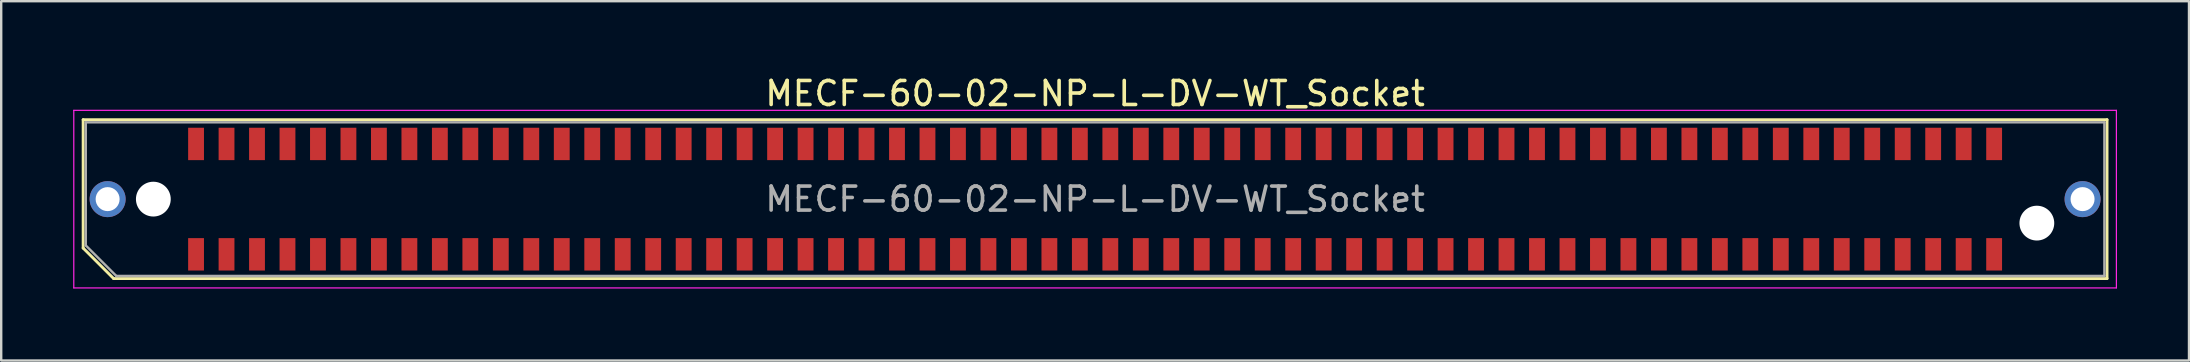
<source format=kicad_pcb>
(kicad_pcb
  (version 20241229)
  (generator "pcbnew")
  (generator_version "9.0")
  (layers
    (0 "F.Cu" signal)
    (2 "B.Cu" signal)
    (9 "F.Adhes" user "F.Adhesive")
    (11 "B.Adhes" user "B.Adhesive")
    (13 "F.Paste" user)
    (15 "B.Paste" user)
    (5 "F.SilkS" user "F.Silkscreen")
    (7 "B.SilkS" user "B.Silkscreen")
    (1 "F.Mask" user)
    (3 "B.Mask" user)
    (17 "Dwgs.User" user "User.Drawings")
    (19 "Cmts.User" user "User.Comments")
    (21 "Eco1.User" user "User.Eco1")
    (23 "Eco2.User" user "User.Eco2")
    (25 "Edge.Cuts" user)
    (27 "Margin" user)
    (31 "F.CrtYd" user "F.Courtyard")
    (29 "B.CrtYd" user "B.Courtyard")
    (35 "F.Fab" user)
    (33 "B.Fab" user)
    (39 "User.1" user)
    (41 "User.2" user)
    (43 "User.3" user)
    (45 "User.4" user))
  (footprint "MECF-60-02-NP-L-DV-WT_Socket"
    (layer "F.Cu")
    (at 42.585 5.248)
    (property "Reference" "MECF-60-02-NP-L-DV-WT_Socket" (at 0 -4.4 0) (layer "F.SilkS") (effects (font (size 1 1) (thickness 0.15))))
    (attr smd)
    (fp_line (start -42.17 -3.31) (end 42.17 -3.31) (stroke (width 0.12) (type solid)) (layer "F.SilkS"))
    (fp_line (start -42.17 2.04) (end -42.17 -3.31) (stroke (width 0.12) (type solid)) (layer "F.SilkS"))
    (fp_line (start -40.9 3.31) (end -42.17 2.04) (stroke (width 0.12) (type solid)) (layer "F.SilkS"))
    (fp_line (start -40.9 3.31) (end 42.17 3.31) (stroke (width 0.12) (type solid)) (layer "F.SilkS"))
    (fp_line (start 42.17 3.31) (end 42.17 -3.31) (stroke (width 0.12) (type solid)) (layer "F.SilkS"))
    (fp_line (start -42.56 -3.7) (end -42.56 3.7) (stroke (width 0.05) (type solid)) (layer "F.CrtYd"))
    (fp_line (start -42.56 3.7) (end 42.56 3.7) (stroke (width 0.05) (type solid)) (layer "F.CrtYd"))
    (fp_line (start 42.56 -3.7) (end -42.56 -3.7) (stroke (width 0.05) (type solid)) (layer "F.CrtYd"))
    (fp_line (start 42.56 3.7) (end 42.56 -3.7) (stroke (width 0.05) (type solid)) (layer "F.CrtYd"))
    (fp_line (start -42.06 -3.2) (end 42.06 -3.2) (stroke (width 0.1) (type solid)) (layer "F.Fab"))
    (fp_line (start -42.06 1.93) (end -42.06 -3.2) (stroke (width 0.1) (type solid)) (layer "F.Fab"))
    (fp_line (start -42.06 1.93) (end -40.79 3.2) (stroke (width 0.1) (type solid)) (layer "F.Fab"))
    (fp_line (start -40.79 3.2) (end 42.06 3.2) (stroke (width 0.1) (type solid)) (layer "F.Fab"))
    (fp_line (start 42.06 3.2) (end 42.06 -3.2) (stroke (width 0.1) (type solid)) (layer "F.Fab"))
    (fp_text user "${REFERENCE}" (at 0 0 0) (layer "F.Fab") (effects (font (size 1 1) (thickness 0.15))))
    (pad "" thru_hole circle (at -41.15 0) (size 1.5 1.5) (drill 1) (layers "*.Cu" "*.Mask"))
    (pad "" np_thru_hole circle (at -39.245 0) (size 1.45 1.45) (drill 1.45) (layers "*.Cu" "*.Mask"))
    (pad "" np_thru_hole circle (at 39.245 1) (size 1.45 1.45) (drill 1.45) (layers "*.Cu" "*.Mask"))
    (pad "" thru_hole circle (at 41.15 0) (size 1.5 1.5) (drill 1) (layers "*.Cu" "*.Mask"))
    (pad "1" smd rect (at -37.465 2.3) (size 0.66 1.35) (layers "F.Cu" "F.Mask" "F.Paste"))
    (pad "2" smd rect (at -37.465 -2.3) (size 0.66 1.35) (layers "F.Cu" "F.Mask" "F.Paste"))
    (pad "3" smd rect (at -36.195 2.3) (size 0.66 1.35) (layers "F.Cu" "F.Mask" "F.Paste"))
    (pad "4" smd rect (at -36.195 -2.3) (size 0.66 1.35) (layers "F.Cu" "F.Mask" "F.Paste"))
    (pad "5" smd rect (at -34.925 2.3) (size 0.66 1.35) (layers "F.Cu" "F.Mask" "F.Paste"))
    (pad "6" smd rect (at -34.925 -2.3) (size 0.66 1.35) (layers "F.Cu" "F.Mask" "F.Paste"))
    (pad "7" smd rect (at -33.655 2.3) (size 0.66 1.35) (layers "F.Cu" "F.Mask" "F.Paste"))
    (pad "8" smd rect (at -33.655 -2.3) (size 0.66 1.35) (layers "F.Cu" "F.Mask" "F.Paste"))
    (pad "9" smd rect (at -32.385 2.3) (size 0.66 1.35) (layers "F.Cu" "F.Mask" "F.Paste"))
    (pad "10" smd rect (at -32.385 -2.3) (size 0.66 1.35) (layers "F.Cu" "F.Mask" "F.Paste"))
    (pad "11" smd rect (at -31.115 2.3) (size 0.66 1.35) (layers "F.Cu" "F.Mask" "F.Paste"))
    (pad "12" smd rect (at -31.115 -2.3) (size 0.66 1.35) (layers "F.Cu" "F.Mask" "F.Paste"))
    (pad "13" smd rect (at -29.845 2.3) (size 0.66 1.35) (layers "F.Cu" "F.Mask" "F.Paste"))
    (pad "14" smd rect (at -29.845 -2.3) (size 0.66 1.35) (layers "F.Cu" "F.Mask" "F.Paste"))
    (pad "15" smd rect (at -28.575 2.3) (size 0.66 1.35) (layers "F.Cu" "F.Mask" "F.Paste"))
    (pad "16" smd rect (at -28.575 -2.3) (size 0.66 1.35) (layers "F.Cu" "F.Mask" "F.Paste"))
    (pad "17" smd rect (at -27.305 2.3) (size 0.66 1.35) (layers "F.Cu" "F.Mask" "F.Paste"))
    (pad "18" smd rect (at -27.305 -2.3) (size 0.66 1.35) (layers "F.Cu" "F.Mask" "F.Paste"))
    (pad "19" smd rect (at -26.035 2.3) (size 0.66 1.35) (layers "F.Cu" "F.Mask" "F.Paste"))
    (pad "20" smd rect (at -26.035 -2.3) (size 0.66 1.35) (layers "F.Cu" "F.Mask" "F.Paste"))
    (pad "21" smd rect (at -24.765 2.3) (size 0.66 1.35) (layers "F.Cu" "F.Mask" "F.Paste"))
    (pad "22" smd rect (at -24.765 -2.3) (size 0.66 1.35) (layers "F.Cu" "F.Mask" "F.Paste"))
    (pad "23" smd rect (at -23.495 2.3) (size 0.66 1.35) (layers "F.Cu" "F.Mask" "F.Paste"))
    (pad "24" smd rect (at -23.495 -2.3) (size 0.66 1.35) (layers "F.Cu" "F.Mask" "F.Paste"))
    (pad "25" smd rect (at -22.225 2.3) (size 0.66 1.35) (layers "F.Cu" "F.Mask" "F.Paste"))
    (pad "26" smd rect (at -22.225 -2.3) (size 0.66 1.35) (layers "F.Cu" "F.Mask" "F.Paste"))
    (pad "27" smd rect (at -20.955 2.3) (size 0.66 1.35) (layers "F.Cu" "F.Mask" "F.Paste"))
    (pad "28" smd rect (at -20.955 -2.3) (size 0.66 1.35) (layers "F.Cu" "F.Mask" "F.Paste"))
    (pad "29" smd rect (at -19.685 2.3) (size 0.66 1.35) (layers "F.Cu" "F.Mask" "F.Paste"))
    (pad "30" smd rect (at -19.685 -2.3) (size 0.66 1.35) (layers "F.Cu" "F.Mask" "F.Paste"))
    (pad "31" smd rect (at -18.415 2.3) (size 0.66 1.35) (layers "F.Cu" "F.Mask" "F.Paste"))
    (pad "32" smd rect (at -18.415 -2.3) (size 0.66 1.35) (layers "F.Cu" "F.Mask" "F.Paste"))
    (pad "33" smd rect (at -17.145 2.3) (size 0.66 1.35) (layers "F.Cu" "F.Mask" "F.Paste"))
    (pad "34" smd rect (at -17.145 -2.3) (size 0.66 1.35) (layers "F.Cu" "F.Mask" "F.Paste"))
    (pad "35" smd rect (at -15.875 2.3) (size 0.66 1.35) (layers "F.Cu" "F.Mask" "F.Paste"))
    (pad "36" smd rect (at -15.875 -2.3) (size 0.66 1.35) (layers "F.Cu" "F.Mask" "F.Paste"))
    (pad "37" smd rect (at -14.605 2.3) (size 0.66 1.35) (layers "F.Cu" "F.Mask" "F.Paste"))
    (pad "38" smd rect (at -14.605 -2.3) (size 0.66 1.35) (layers "F.Cu" "F.Mask" "F.Paste"))
    (pad "39" smd rect (at -13.335 2.3) (size 0.66 1.35) (layers "F.Cu" "F.Mask" "F.Paste"))
    (pad "40" smd rect (at -13.335 -2.3) (size 0.66 1.35) (layers "F.Cu" "F.Mask" "F.Paste"))
    (pad "41" smd rect (at -12.065 2.3) (size 0.66 1.35) (layers "F.Cu" "F.Mask" "F.Paste"))
    (pad "42" smd rect (at -12.065 -2.3) (size 0.66 1.35) (layers "F.Cu" "F.Mask" "F.Paste"))
    (pad "43" smd rect (at -10.795 2.3) (size 0.66 1.35) (layers "F.Cu" "F.Mask" "F.Paste"))
    (pad "44" smd rect (at -10.795 -2.3) (size 0.66 1.35) (layers "F.Cu" "F.Mask" "F.Paste"))
    (pad "45" smd rect (at -9.525 2.3) (size 0.66 1.35) (layers "F.Cu" "F.Mask" "F.Paste"))
    (pad "46" smd rect (at -9.525 -2.3) (size 0.66 1.35) (layers "F.Cu" "F.Mask" "F.Paste"))
    (pad "47" smd rect (at -8.255 2.3) (size 0.66 1.35) (layers "F.Cu" "F.Mask" "F.Paste"))
    (pad "48" smd rect (at -8.255 -2.3) (size 0.66 1.35) (layers "F.Cu" "F.Mask" "F.Paste"))
    (pad "49" smd rect (at -6.985 2.3) (size 0.66 1.35) (layers "F.Cu" "F.Mask" "F.Paste"))
    (pad "50" smd rect (at -6.985 -2.3) (size 0.66 1.35) (layers "F.Cu" "F.Mask" "F.Paste"))
    (pad "51" smd rect (at -5.715 2.3) (size 0.66 1.35) (layers "F.Cu" "F.Mask" "F.Paste"))
    (pad "52" smd rect (at -5.715 -2.3) (size 0.66 1.35) (layers "F.Cu" "F.Mask" "F.Paste"))
    (pad "53" smd rect (at -4.445 2.3) (size 0.66 1.35) (layers "F.Cu" "F.Mask" "F.Paste"))
    (pad "54" smd rect (at -4.445 -2.3) (size 0.66 1.35) (layers "F.Cu" "F.Mask" "F.Paste"))
    (pad "55" smd rect (at -3.175 2.3) (size 0.66 1.35) (layers "F.Cu" "F.Mask" "F.Paste"))
    (pad "56" smd rect (at -3.175 -2.3) (size 0.66 1.35) (layers "F.Cu" "F.Mask" "F.Paste"))
    (pad "57" smd rect (at -1.905 2.3) (size 0.66 1.35) (layers "F.Cu" "F.Mask" "F.Paste"))
    (pad "58" smd rect (at -1.905 -2.3) (size 0.66 1.35) (layers "F.Cu" "F.Mask" "F.Paste"))
    (pad "59" smd rect (at -0.635 2.3) (size 0.66 1.35) (layers "F.Cu" "F.Mask" "F.Paste"))
    (pad "60" smd rect (at -0.635 -2.3) (size 0.66 1.35) (layers "F.Cu" "F.Mask" "F.Paste"))
    (pad "61" smd rect (at 0.635 2.3) (size 0.66 1.35) (layers "F.Cu" "F.Mask" "F.Paste"))
    (pad "62" smd rect (at 0.635 -2.3) (size 0.66 1.35) (layers "F.Cu" "F.Mask" "F.Paste"))
    (pad "63" smd rect (at 1.905 2.3) (size 0.66 1.35) (layers "F.Cu" "F.Mask" "F.Paste"))
    (pad "64" smd rect (at 1.905 -2.3) (size 0.66 1.35) (layers "F.Cu" "F.Mask" "F.Paste"))
    (pad "65" smd rect (at 3.175 2.3) (size 0.66 1.35) (layers "F.Cu" "F.Mask" "F.Paste"))
    (pad "66" smd rect (at 3.175 -2.3) (size 0.66 1.35) (layers "F.Cu" "F.Mask" "F.Paste"))
    (pad "67" smd rect (at 4.445 2.3) (size 0.66 1.35) (layers "F.Cu" "F.Mask" "F.Paste"))
    (pad "68" smd rect (at 4.445 -2.3) (size 0.66 1.35) (layers "F.Cu" "F.Mask" "F.Paste"))
    (pad "69" smd rect (at 5.715 2.3) (size 0.66 1.35) (layers "F.Cu" "F.Mask" "F.Paste"))
    (pad "70" smd rect (at 5.715 -2.3) (size 0.66 1.35) (layers "F.Cu" "F.Mask" "F.Paste"))
    (pad "71" smd rect (at 6.985 2.3) (size 0.66 1.35) (layers "F.Cu" "F.Mask" "F.Paste"))
    (pad "72" smd rect (at 6.985 -2.3) (size 0.66 1.35) (layers "F.Cu" "F.Mask" "F.Paste"))
    (pad "73" smd rect (at 8.255 2.3) (size 0.66 1.35) (layers "F.Cu" "F.Mask" "F.Paste"))
    (pad "74" smd rect (at 8.255 -2.3) (size 0.66 1.35) (layers "F.Cu" "F.Mask" "F.Paste"))
    (pad "75" smd rect (at 9.525 2.3) (size 0.66 1.35) (layers "F.Cu" "F.Mask" "F.Paste"))
    (pad "76" smd rect (at 9.525 -2.3) (size 0.66 1.35) (layers "F.Cu" "F.Mask" "F.Paste"))
    (pad "77" smd rect (at 10.795 2.3) (size 0.66 1.35) (layers "F.Cu" "F.Mask" "F.Paste"))
    (pad "78" smd rect (at 10.795 -2.3) (size 0.66 1.35) (layers "F.Cu" "F.Mask" "F.Paste"))
    (pad "79" smd rect (at 12.065 2.3) (size 0.66 1.35) (layers "F.Cu" "F.Mask" "F.Paste"))
    (pad "80" smd rect (at 12.065 -2.3) (size 0.66 1.35) (layers "F.Cu" "F.Mask" "F.Paste"))
    (pad "81" smd rect (at 13.335 2.3) (size 0.66 1.35) (layers "F.Cu" "F.Mask" "F.Paste"))
    (pad "82" smd rect (at 13.335 -2.3) (size 0.66 1.35) (layers "F.Cu" "F.Mask" "F.Paste"))
    (pad "83" smd rect (at 14.605 2.3) (size 0.66 1.35) (layers "F.Cu" "F.Mask" "F.Paste"))
    (pad "84" smd rect (at 14.605 -2.3) (size 0.66 1.35) (layers "F.Cu" "F.Mask" "F.Paste"))
    (pad "85" smd rect (at 15.875 2.3) (size 0.66 1.35) (layers "F.Cu" "F.Mask" "F.Paste"))
    (pad "86" smd rect (at 15.875 -2.3) (size 0.66 1.35) (layers "F.Cu" "F.Mask" "F.Paste"))
    (pad "87" smd rect (at 17.145 2.3) (size 0.66 1.35) (layers "F.Cu" "F.Mask" "F.Paste"))
    (pad "88" smd rect (at 17.145 -2.3) (size 0.66 1.35) (layers "F.Cu" "F.Mask" "F.Paste"))
    (pad "89" smd rect (at 18.415 2.3) (size 0.66 1.35) (layers "F.Cu" "F.Mask" "F.Paste"))
    (pad "90" smd rect (at 18.415 -2.3) (size 0.66 1.35) (layers "F.Cu" "F.Mask" "F.Paste"))
    (pad "91" smd rect (at 19.685 2.3) (size 0.66 1.35) (layers "F.Cu" "F.Mask" "F.Paste"))
    (pad "92" smd rect (at 19.685 -2.3) (size 0.66 1.35) (layers "F.Cu" "F.Mask" "F.Paste"))
    (pad "93" smd rect (at 20.955 2.3) (size 0.66 1.35) (layers "F.Cu" "F.Mask" "F.Paste"))
    (pad "94" smd rect (at 20.955 -2.3) (size 0.66 1.35) (layers "F.Cu" "F.Mask" "F.Paste"))
    (pad "95" smd rect (at 22.225 2.3) (size 0.66 1.35) (layers "F.Cu" "F.Mask" "F.Paste"))
    (pad "96" smd rect (at 22.225 -2.3) (size 0.66 1.35) (layers "F.Cu" "F.Mask" "F.Paste"))
    (pad "97" smd rect (at 23.495 2.3) (size 0.66 1.35) (layers "F.Cu" "F.Mask" "F.Paste"))
    (pad "98" smd rect (at 23.495 -2.3) (size 0.66 1.35) (layers "F.Cu" "F.Mask" "F.Paste"))
    (pad "99" smd rect (at 24.765 2.3) (size 0.66 1.35) (layers "F.Cu" "F.Mask" "F.Paste"))
    (pad "100" smd rect (at 24.765 -2.3) (size 0.66 1.35) (layers "F.Cu" "F.Mask" "F.Paste"))
    (pad "101" smd rect (at 26.035 2.3) (size 0.66 1.35) (layers "F.Cu" "F.Mask" "F.Paste"))
    (pad "102" smd rect (at 26.035 -2.3) (size 0.66 1.35) (layers "F.Cu" "F.Mask" "F.Paste"))
    (pad "103" smd rect (at 27.305 2.3) (size 0.66 1.35) (layers "F.Cu" "F.Mask" "F.Paste"))
    (pad "104" smd rect (at 27.305 -2.3) (size 0.66 1.35) (layers "F.Cu" "F.Mask" "F.Paste"))
    (pad "105" smd rect (at 28.575 2.3) (size 0.66 1.35) (layers "F.Cu" "F.Mask" "F.Paste"))
    (pad "106" smd rect (at 28.575 -2.3) (size 0.66 1.35) (layers "F.Cu" "F.Mask" "F.Paste"))
    (pad "107" smd rect (at 29.845 2.3) (size 0.66 1.35) (layers "F.Cu" "F.Mask" "F.Paste"))
    (pad "108" smd rect (at 29.845 -2.3) (size 0.66 1.35) (layers "F.Cu" "F.Mask" "F.Paste"))
    (pad "109" smd rect (at 31.115 2.3) (size 0.66 1.35) (layers "F.Cu" "F.Mask" "F.Paste"))
    (pad "110" smd rect (at 31.115 -2.3) (size 0.66 1.35) (layers "F.Cu" "F.Mask" "F.Paste"))
    (pad "111" smd rect (at 32.385 2.3) (size 0.66 1.35) (layers "F.Cu" "F.Mask" "F.Paste"))
    (pad "112" smd rect (at 32.385 -2.3) (size 0.66 1.35) (layers "F.Cu" "F.Mask" "F.Paste"))
    (pad "113" smd rect (at 33.655 2.3) (size 0.66 1.35) (layers "F.Cu" "F.Mask" "F.Paste"))
    (pad "114" smd rect (at 33.655 -2.3) (size 0.66 1.35) (layers "F.Cu" "F.Mask" "F.Paste"))
    (pad "115" smd rect (at 34.925 2.3) (size 0.66 1.35) (layers "F.Cu" "F.Mask" "F.Paste"))
    (pad "116" smd rect (at 34.925 -2.3) (size 0.66 1.35) (layers "F.Cu" "F.Mask" "F.Paste"))
    (pad "117" smd rect (at 36.195 2.3) (size 0.66 1.35) (layers "F.Cu" "F.Mask" "F.Paste"))
    (pad "118" smd rect (at 36.195 -2.3) (size 0.66 1.35) (layers "F.Cu" "F.Mask" "F.Paste"))
    (pad "119" smd rect (at 37.465 2.3) (size 0.66 1.35) (layers "F.Cu" "F.Mask" "F.Paste"))
    (pad "120" smd rect (at 37.465 -2.3) (size 0.66 1.35) (layers "F.Cu" "F.Mask" "F.Paste")))
  (gr_rect
    (start -3 -3)
    (end 88.17 11.973)
    (stroke (width 0.1) (type default))
    (fill no)
    (layer "Edge.Cuts")))
</source>
